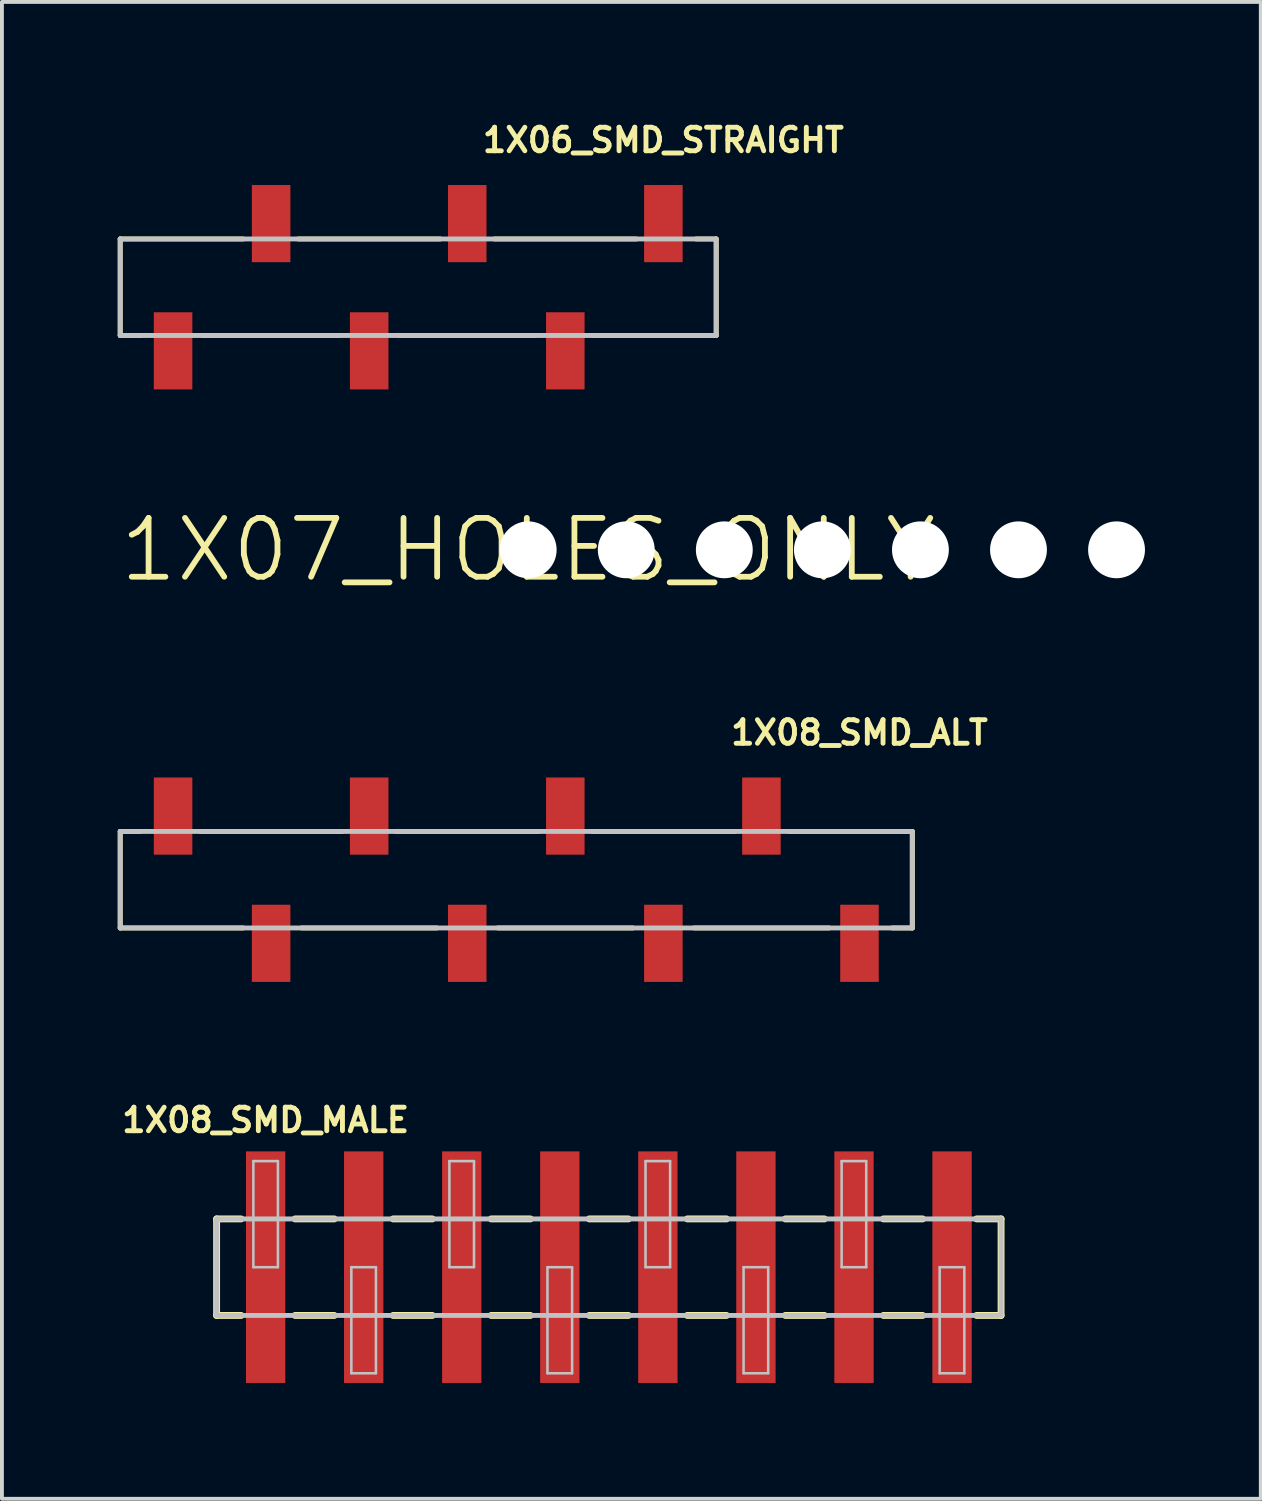
<source format=kicad_pcb>
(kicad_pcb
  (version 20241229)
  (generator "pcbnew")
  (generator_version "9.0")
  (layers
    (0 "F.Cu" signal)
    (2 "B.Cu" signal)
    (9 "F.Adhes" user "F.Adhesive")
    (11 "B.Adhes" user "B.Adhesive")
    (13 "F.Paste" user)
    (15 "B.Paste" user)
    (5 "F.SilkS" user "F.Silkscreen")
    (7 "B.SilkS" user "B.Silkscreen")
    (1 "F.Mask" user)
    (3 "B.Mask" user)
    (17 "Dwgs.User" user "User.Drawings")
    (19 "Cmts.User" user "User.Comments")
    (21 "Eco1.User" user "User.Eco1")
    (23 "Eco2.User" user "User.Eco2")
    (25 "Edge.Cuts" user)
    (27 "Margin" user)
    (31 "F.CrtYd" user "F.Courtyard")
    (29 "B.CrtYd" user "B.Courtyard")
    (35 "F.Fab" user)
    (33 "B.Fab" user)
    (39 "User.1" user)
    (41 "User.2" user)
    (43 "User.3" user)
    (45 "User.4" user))
  (footprint "1X06_SMD_STRAIGHT"
    (layer "F.Cu")
    (at 14.133 4.39)
    (property "Reference" "1X06_SMD_STRAIGHT" (at 0 -3.81 180) (layer "F.SilkS") (effects (font (size 0.61 0.61) (thickness 0.127))))
    (attr smd)
    (fp_line (start -14.069 -1.25) (end -10.881 -1.25) (stroke (width 0.127) (type solid)) (layer "F.SilkS"))
    (fp_line (start -14.069 1.25) (end -14.069 -1.25) (stroke (width 0.127) (type solid)) (layer "F.SilkS"))
    (fp_line (start -13.548 1.25) (end -14.069 1.25) (stroke (width 0.127) (type solid)) (layer "F.SilkS"))
    (fp_line (start -9.456 -1.25) (end -5.781 -1.25) (stroke (width 0.127) (type solid)) (layer "F.SilkS"))
    (fp_line (start -8.407 1.25) (end -11.91 1.25) (stroke (width 0.127) (type solid)) (layer "F.SilkS"))
    (fp_line (start -4.376 -1.25) (end -0.701 -1.25) (stroke (width 0.127) (type solid)) (layer "F.SilkS"))
    (fp_line (start -3.327 1.25) (end -6.83 1.25) (stroke (width 0.127) (type solid)) (layer "F.SilkS"))
    (fp_line (start 0.848 -1.25) (end 1.369 -1.25) (stroke (width 0.127) (type solid)) (layer "F.SilkS"))
    (fp_line (start 1.369 -1.25) (end 1.369 1.25) (stroke (width 0.127) (type solid)) (layer "F.SilkS"))
    (fp_line (start 1.369 1.25) (end -1.816 1.25) (stroke (width 0.127) (type solid)) (layer "F.SilkS"))
    (fp_line (start -14.069 -1.25) (end -14.069 1.25) (stroke (width 0.127) (type solid)) (layer "Dwgs.User"))
    (fp_line (start -14.069 1.25) (end 1.369 1.25) (stroke (width 0.127) (type solid)) (layer "Dwgs.User"))
    (fp_line (start 1.369 -1.25) (end -14.069 -1.25) (stroke (width 0.127) (type solid)) (layer "Dwgs.User"))
    (fp_line (start 1.369 1.25) (end 1.369 -1.25) (stroke (width 0.127) (type solid)) (layer "Dwgs.User"))
    (pad "1" smd rect (at 0 -1.648 90) (size 1.999 0.998) (layers "F.Cu" "F.Mask" "F.Paste"))
    (pad "2" smd rect (at -2.54 1.648 90) (size 1.999 0.998) (layers "F.Cu" "F.Mask" "F.Paste"))
    (pad "3" smd rect (at -5.08 -1.648 90) (size 1.999 0.998) (layers "F.Cu" "F.Mask" "F.Paste"))
    (pad "4" smd rect (at -7.62 1.648 90) (size 1.999 0.998) (layers "F.Cu" "F.Mask" "F.Paste"))
    (pad "5" smd rect (at -10.16 -1.648 90) (size 1.999 0.998) (layers "F.Cu" "F.Mask" "F.Paste"))
    (pad "6" smd rect (at -12.7 1.648 90) (size 1.999 0.998) (layers "F.Cu" "F.Mask" "F.Paste")))
  (footprint "1X08_SMD_MALE"
    (layer "F.Cu")
    (at 3.831 29.774)
    (property "Reference" "1X08_SMD_MALE" (at 0 -3.81 0) (layer "F.SilkS") (effects (font (size 0.61 0.61) (thickness 0.127))))
    (attr smd)
    (fp_line (start -1.27 -1.25) (end -1.27 1.25) (stroke (width 0.178) (type solid)) (layer "F.SilkS"))
    (fp_line (start -1.27 -1.25) (end -0.635 -1.25) (stroke (width 0.178) (type solid)) (layer "F.SilkS"))
    (fp_line (start -1.27 1.25) (end -0.635 1.25) (stroke (width 0.178) (type solid)) (layer "F.SilkS"))
    (fp_line (start 0.762 -1.25) (end 1.778 -1.25) (stroke (width 0.178) (type solid)) (layer "F.SilkS"))
    (fp_line (start 1.778 1.25) (end 0.762 1.25) (stroke (width 0.178) (type solid)) (layer "F.SilkS"))
    (fp_line (start 3.302 -1.25) (end 4.318 -1.25) (stroke (width 0.178) (type solid)) (layer "F.SilkS"))
    (fp_line (start 4.318 1.25) (end 3.302 1.25) (stroke (width 0.178) (type solid)) (layer "F.SilkS"))
    (fp_line (start 5.842 -1.25) (end 6.858 -1.25) (stroke (width 0.178) (type solid)) (layer "F.SilkS"))
    (fp_line (start 6.858 1.25) (end 5.842 1.25) (stroke (width 0.178) (type solid)) (layer "F.SilkS"))
    (fp_line (start 8.382 -1.25) (end 9.398 -1.25) (stroke (width 0.178) (type solid)) (layer "F.SilkS"))
    (fp_line (start 9.398 1.25) (end 8.382 1.25) (stroke (width 0.178) (type solid)) (layer "F.SilkS"))
    (fp_line (start 10.922 -1.25) (end 11.938 -1.25) (stroke (width 0.178) (type solid)) (layer "F.SilkS"))
    (fp_line (start 11.938 1.25) (end 10.922 1.25) (stroke (width 0.178) (type solid)) (layer "F.SilkS"))
    (fp_line (start 13.462 -1.25) (end 14.475 -1.25) (stroke (width 0.178) (type solid)) (layer "F.SilkS"))
    (fp_line (start 14.475 1.25) (end 13.462 1.25) (stroke (width 0.178) (type solid)) (layer "F.SilkS"))
    (fp_line (start 16.002 -1.25) (end 17.018 -1.25) (stroke (width 0.178) (type solid)) (layer "F.SilkS"))
    (fp_line (start 17.018 1.25) (end 16.002 1.25) (stroke (width 0.178) (type solid)) (layer "F.SilkS"))
    (fp_line (start 19.05 -1.25) (end 18.415 -1.25) (stroke (width 0.178) (type solid)) (layer "F.SilkS"))
    (fp_line (start 19.05 1.25) (end 18.415 1.25) (stroke (width 0.178) (type solid)) (layer "F.SilkS"))
    (fp_line (start 19.05 1.25) (end 19.05 -1.25) (stroke (width 0.178) (type solid)) (layer "F.SilkS"))
    (fp_line (start -1.27 -1.25) (end -1.27 1.25) (stroke (width 0.127) (type solid)) (layer "Dwgs.User"))
    (fp_line (start -1.27 1.25) (end 19.05 1.25) (stroke (width 0.127) (type solid)) (layer "Dwgs.User"))
    (fp_line (start -0.318 -2.748) (end 0.318 -2.748) (stroke (width 0.066) (type solid)) (layer "Dwgs.User"))
    (fp_line (start -0.318 0) (end -0.318 -2.748) (stroke (width 0.066) (type solid)) (layer "Dwgs.User"))
    (fp_line (start -0.318 0) (end 0.318 0) (stroke (width 0.066) (type solid)) (layer "Dwgs.User"))
    (fp_line (start 0.318 0) (end 0.318 -2.748) (stroke (width 0.066) (type solid)) (layer "Dwgs.User"))
    (fp_line (start 2.22 0) (end 2.857 0) (stroke (width 0.066) (type solid)) (layer "Dwgs.User"))
    (fp_line (start 2.22 2.748) (end 2.22 0) (stroke (width 0.066) (type solid)) (layer "Dwgs.User"))
    (fp_line (start 2.22 2.748) (end 2.857 2.748) (stroke (width 0.066) (type solid)) (layer "Dwgs.User"))
    (fp_line (start 2.857 2.748) (end 2.857 0) (stroke (width 0.066) (type solid)) (layer "Dwgs.User"))
    (fp_line (start 4.76 -2.748) (end 5.397 -2.748) (stroke (width 0.066) (type solid)) (layer "Dwgs.User"))
    (fp_line (start 4.76 0) (end 4.76 -2.748) (stroke (width 0.066) (type solid)) (layer "Dwgs.User"))
    (fp_line (start 4.76 0) (end 5.397 0) (stroke (width 0.066) (type solid)) (layer "Dwgs.User"))
    (fp_line (start 5.397 0) (end 5.397 -2.748) (stroke (width 0.066) (type solid)) (layer "Dwgs.User"))
    (fp_line (start 7.3 0) (end 7.938 0) (stroke (width 0.066) (type solid)) (layer "Dwgs.User"))
    (fp_line (start 7.3 2.748) (end 7.3 0) (stroke (width 0.066) (type solid)) (layer "Dwgs.User"))
    (fp_line (start 7.3 2.748) (end 7.938 2.748) (stroke (width 0.066) (type solid)) (layer "Dwgs.User"))
    (fp_line (start 7.938 2.748) (end 7.938 0) (stroke (width 0.066) (type solid)) (layer "Dwgs.User"))
    (fp_line (start 9.84 -2.748) (end 10.477 -2.748) (stroke (width 0.066) (type solid)) (layer "Dwgs.User"))
    (fp_line (start 9.84 0) (end 9.84 -2.748) (stroke (width 0.066) (type solid)) (layer "Dwgs.User"))
    (fp_line (start 9.84 0) (end 10.477 0) (stroke (width 0.066) (type solid)) (layer "Dwgs.User"))
    (fp_line (start 10.477 0) (end 10.477 -2.748) (stroke (width 0.066) (type solid)) (layer "Dwgs.User"))
    (fp_line (start 12.38 0) (end 13.018 0) (stroke (width 0.066) (type solid)) (layer "Dwgs.User"))
    (fp_line (start 12.38 2.748) (end 12.38 0) (stroke (width 0.066) (type solid)) (layer "Dwgs.User"))
    (fp_line (start 12.38 2.748) (end 13.018 2.748) (stroke (width 0.066) (type solid)) (layer "Dwgs.User"))
    (fp_line (start 13.018 2.748) (end 13.018 0) (stroke (width 0.066) (type solid)) (layer "Dwgs.User"))
    (fp_line (start 14.92 -2.748) (end 15.557 -2.748) (stroke (width 0.066) (type solid)) (layer "Dwgs.User"))
    (fp_line (start 14.92 0) (end 14.92 -2.748) (stroke (width 0.066) (type solid)) (layer "Dwgs.User"))
    (fp_line (start 14.92 0) (end 15.557 0) (stroke (width 0.066) (type solid)) (layer "Dwgs.User"))
    (fp_line (start 15.557 0) (end 15.557 -2.748) (stroke (width 0.066) (type solid)) (layer "Dwgs.User"))
    (fp_line (start 17.46 0) (end 18.098 0) (stroke (width 0.066) (type solid)) (layer "Dwgs.User"))
    (fp_line (start 17.46 2.748) (end 17.46 0) (stroke (width 0.066) (type solid)) (layer "Dwgs.User"))
    (fp_line (start 17.46 2.748) (end 18.098 2.748) (stroke (width 0.066) (type solid)) (layer "Dwgs.User"))
    (fp_line (start 18.098 2.748) (end 18.098 0) (stroke (width 0.066) (type solid)) (layer "Dwgs.User"))
    (fp_line (start 19.05 -1.25) (end -1.27 -1.25) (stroke (width 0.127) (type solid)) (layer "Dwgs.User"))
    (fp_line (start 19.05 1.25) (end 19.05 -1.25) (stroke (width 0.127) (type solid)) (layer "Dwgs.User"))
    (pad "1" smd rect (at 0 0) (size 1.019 5.999) (layers "F.Cu" "F.Mask" "F.Paste"))
    (pad "2" smd rect (at 2.54 0) (size 1.019 5.999) (layers "F.Cu" "F.Mask" "F.Paste"))
    (pad "3" smd rect (at 5.08 0) (size 1.019 5.999) (layers "F.Cu" "F.Mask" "F.Paste"))
    (pad "4" smd rect (at 7.62 0) (size 1.019 5.999) (layers "F.Cu" "F.Mask" "F.Paste"))
    (pad "5" smd rect (at 10.16 0) (size 1.019 5.999) (layers "F.Cu" "F.Mask" "F.Paste"))
    (pad "6" smd rect (at 12.7 0) (size 1.019 5.999) (layers "F.Cu" "F.Mask" "F.Paste"))
    (pad "7" smd rect (at 15.24 0) (size 1.019 5.999) (layers "F.Cu" "F.Mask" "F.Paste"))
    (pad "8" smd rect (at 17.78 0) (size 1.019 5.999) (layers "F.Cu" "F.Mask" "F.Paste")))
  (footprint "1X07_HOLES_ONLY"
    (layer "F.Cu")
    (at 10.632 11.192)
    (property "Reference" "1X07_HOLES_ONLY" (at 0 0 0) (layer "F.SilkS") (effects (font (size 1.524 1.524) (thickness 0.15))))
    (attr exclude_from_pos_files exclude_from_bom)
    (fp_circle (center 0 0) (end 0 -0.635) (stroke (width 0.127) (type solid)) (fill no) (layer "Dwgs.User"))
    (fp_circle (center 2.54 0) (end 2.54 -0.635) (stroke (width 0.127) (type solid)) (fill no) (layer "Dwgs.User"))
    (fp_circle (center 5.08 0) (end 5.08 -0.635) (stroke (width 0.127) (type solid)) (fill no) (layer "Dwgs.User"))
    (fp_circle (center 7.62 0) (end 7.62 -0.635) (stroke (width 0.127) (type solid)) (fill no) (layer "Dwgs.User"))
    (fp_circle (center 10.16 0) (end 10.16 -0.635) (stroke (width 0.127) (type solid)) (fill no) (layer "Dwgs.User"))
    (fp_circle (center 12.7 0) (end 12.7 -0.635) (stroke (width 0.127) (type solid)) (fill no) (layer "Dwgs.User"))
    (fp_circle (center 15.24 0) (end 15.24 -0.635) (stroke (width 0.127) (type solid)) (fill no) (layer "Dwgs.User"))
    (pad "" np_thru_hole circle (at 0 0) (size 1.473 1.473) (drill 1.473) (layers "*.Cu" "*.Mask"))
    (pad "" np_thru_hole circle (at 2.54 0) (size 1.473 1.473) (drill 1.473) (layers "*.Cu" "*.Mask"))
    (pad "" np_thru_hole circle (at 5.08 0) (size 1.473 1.473) (drill 1.473) (layers "*.Cu" "*.Mask"))
    (pad "" np_thru_hole circle (at 7.62 0) (size 1.473 1.473) (drill 1.473) (layers "*.Cu" "*.Mask"))
    (pad "" np_thru_hole circle (at 10.16 0) (size 1.473 1.473) (drill 1.473) (layers "*.Cu" "*.Mask"))
    (pad "" np_thru_hole circle (at 12.7 0) (size 1.473 1.473) (drill 1.473) (layers "*.Cu" "*.Mask"))
    (pad "" np_thru_hole circle (at 15.24 0) (size 1.473 1.473) (drill 1.473) (layers "*.Cu" "*.Mask"))
    (pad "1" thru_hole circle (at 0 0) (size 0.813 0.813) (drill 0.889) (layers "*.Cu" "*.Mask"))
    (pad "2" thru_hole circle (at 2.54 0) (size 0.813 0.813) (drill 0.889) (layers "*.Cu" "*.Mask"))
    (pad "3" thru_hole circle (at 5.08 0) (size 0.813 0.813) (drill 0.889) (layers "*.Cu" "*.Mask"))
    (pad "4" thru_hole circle (at 7.62 0) (size 0.813 0.813) (drill 0.889) (layers "*.Cu" "*.Mask"))
    (pad "5" thru_hole circle (at 10.16 0) (size 0.813 0.813) (drill 0.889) (layers "*.Cu" "*.Mask"))
    (pad "6" thru_hole circle (at 12.7 0) (size 0.813 0.813) (drill 0.889) (layers "*.Cu" "*.Mask"))
    (pad "7" thru_hole circle (at 15.24 0) (size 0.813 0.813) (drill 0.889) (layers "*.Cu" "*.Mask")))
  (footprint "1X08_SMD_ALT"
    (layer "F.Cu")
    (at 19.213 19.737)
    (property "Reference" "1X08_SMD_ALT" (at 0 -3.81 0) (layer "F.SilkS") (effects (font (size 0.61 0.61) (thickness 0.127))))
    (attr smd)
    (fp_line (start -19.149 -1.25) (end -19.149 1.25) (stroke (width 0.127) (type solid)) (layer "F.SilkS"))
    (fp_line (start -19.149 1.25) (end -15.961 1.25) (stroke (width 0.127) (type solid)) (layer "F.SilkS"))
    (fp_line (start -18.628 -1.25) (end -19.149 -1.25) (stroke (width 0.127) (type solid)) (layer "F.SilkS"))
    (fp_line (start -14.45 1.25) (end -10.947 1.25) (stroke (width 0.127) (type solid)) (layer "F.SilkS"))
    (fp_line (start -13.401 -1.25) (end -17.076 -1.25) (stroke (width 0.127) (type solid)) (layer "F.SilkS"))
    (fp_line (start -9.37 1.25) (end -5.867 1.25) (stroke (width 0.127) (type solid)) (layer "F.SilkS"))
    (fp_line (start -8.321 -1.25) (end -11.996 -1.25) (stroke (width 0.127) (type solid)) (layer "F.SilkS"))
    (fp_line (start -4.29 1.25) (end -0.787 1.25) (stroke (width 0.127) (type solid)) (layer "F.SilkS"))
    (fp_line (start -3.241 -1.25) (end -6.916 -1.25) (stroke (width 0.127) (type solid)) (layer "F.SilkS"))
    (fp_line (start 0.848 1.25) (end 1.369 1.25) (stroke (width 0.127) (type solid)) (layer "F.SilkS"))
    (fp_line (start 1.369 -1.25) (end -1.816 -1.25) (stroke (width 0.127) (type solid)) (layer "F.SilkS"))
    (fp_line (start 1.369 1.25) (end 1.369 -1.25) (stroke (width 0.127) (type solid)) (layer "F.SilkS"))
    (fp_line (start -19.149 -1.25) (end -19.149 1.25) (stroke (width 0.127) (type solid)) (layer "Dwgs.User"))
    (fp_line (start -19.149 1.25) (end 1.369 1.25) (stroke (width 0.127) (type solid)) (layer "Dwgs.User"))
    (fp_line (start 1.369 -1.25) (end -19.149 -1.25) (stroke (width 0.127) (type solid)) (layer "Dwgs.User"))
    (fp_line (start 1.369 1.25) (end 1.369 -1.25) (stroke (width 0.127) (type solid)) (layer "Dwgs.User"))
    (pad "1" smd rect (at 0 1.648 270) (size 1.999 0.998) (layers "F.Cu" "F.Mask" "F.Paste"))
    (pad "2" smd rect (at -2.54 -1.648 270) (size 1.999 0.998) (layers "F.Cu" "F.Mask" "F.Paste"))
    (pad "3" smd rect (at -5.08 1.648 270) (size 1.999 0.998) (layers "F.Cu" "F.Mask" "F.Paste"))
    (pad "4" smd rect (at -7.62 -1.648 270) (size 1.999 0.998) (layers "F.Cu" "F.Mask" "F.Paste"))
    (pad "5" smd rect (at -10.16 1.648 270) (size 1.999 0.998) (layers "F.Cu" "F.Mask" "F.Paste"))
    (pad "6" smd rect (at -12.7 -1.648 270) (size 1.999 0.998) (layers "F.Cu" "F.Mask" "F.Paste"))
    (pad "7" smd rect (at -15.24 1.648 270) (size 1.999 0.998) (layers "F.Cu" "F.Mask" "F.Paste"))
    (pad "8" smd rect (at -17.78 -1.648 270) (size 1.999 0.998) (layers "F.Cu" "F.Mask" "F.Paste")))
  (gr_rect
    (start -3 -3)
    (end 29.608 35.774)
    (stroke (width 0.1) (type default))
    (fill no)
    (layer "Edge.Cuts")))
</source>
